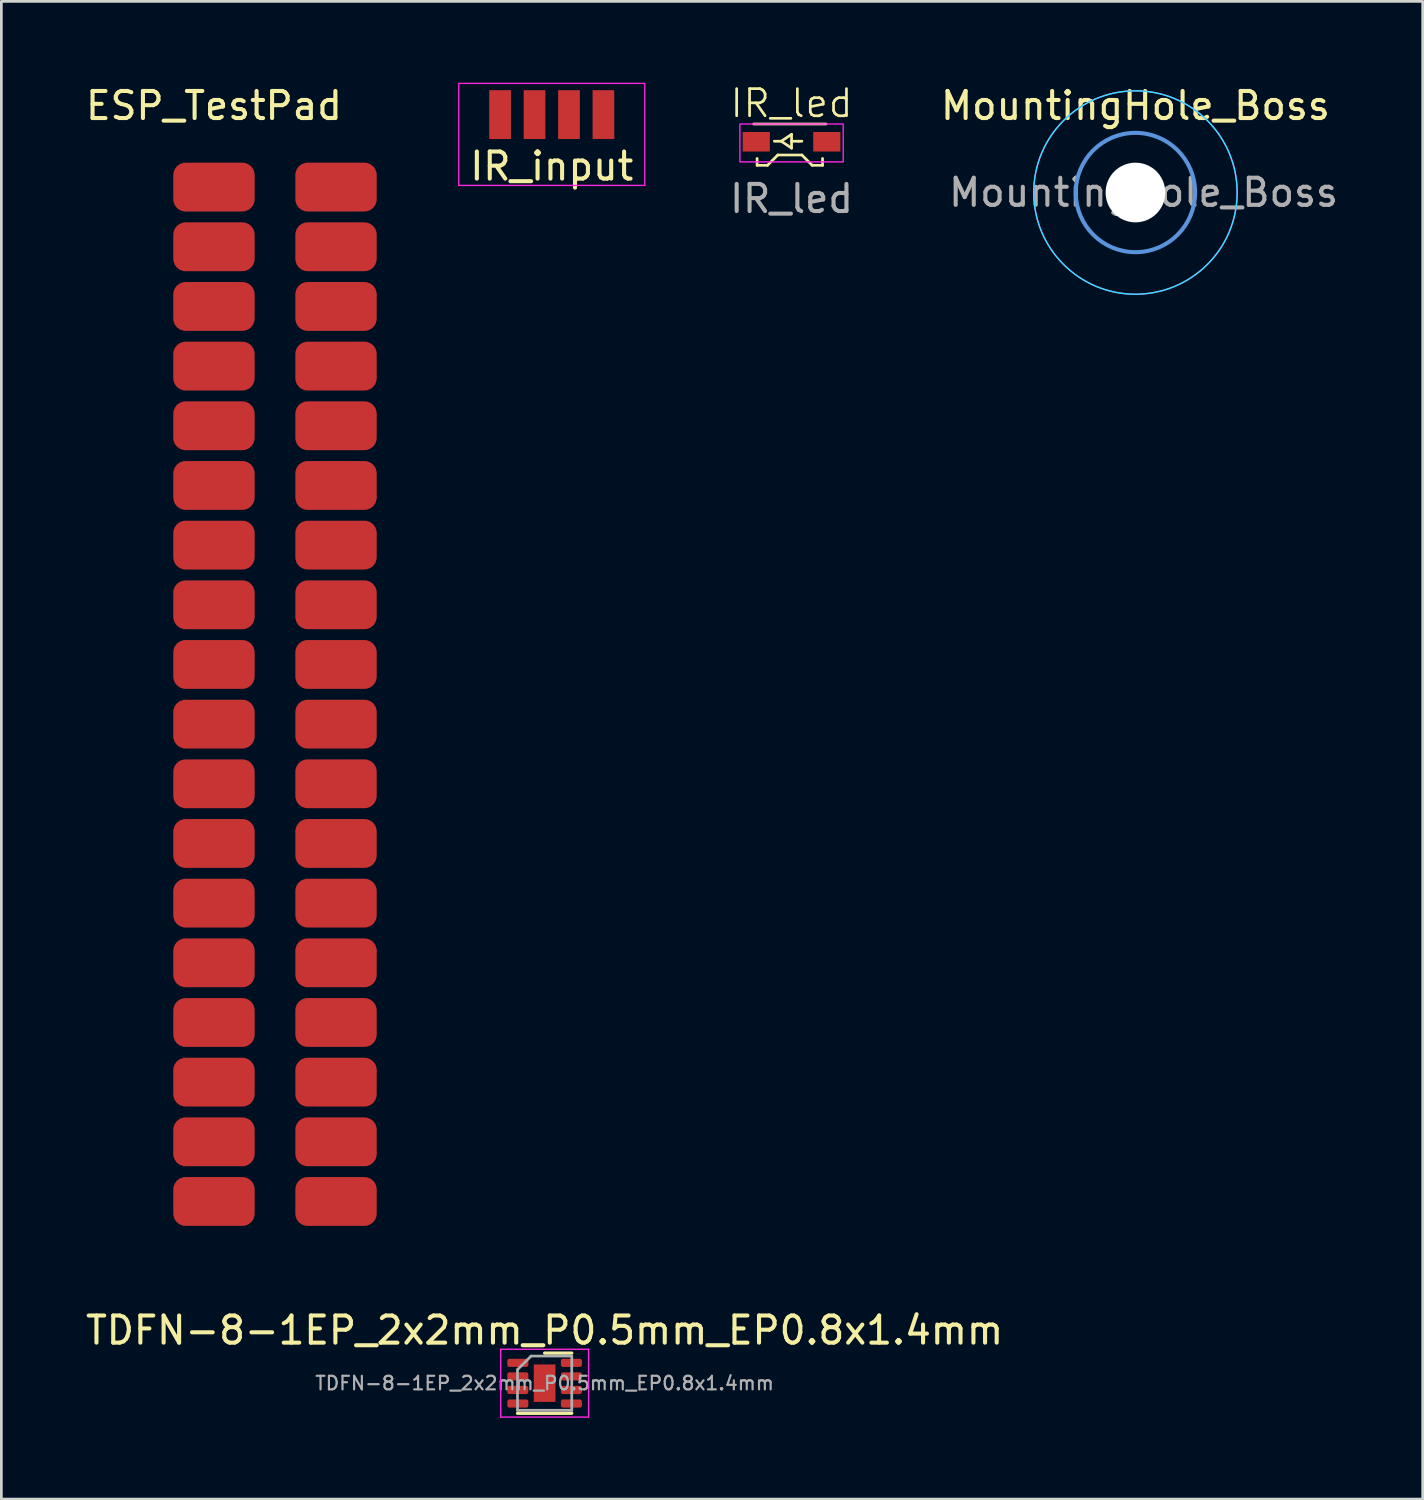
<source format=kicad_pcb>
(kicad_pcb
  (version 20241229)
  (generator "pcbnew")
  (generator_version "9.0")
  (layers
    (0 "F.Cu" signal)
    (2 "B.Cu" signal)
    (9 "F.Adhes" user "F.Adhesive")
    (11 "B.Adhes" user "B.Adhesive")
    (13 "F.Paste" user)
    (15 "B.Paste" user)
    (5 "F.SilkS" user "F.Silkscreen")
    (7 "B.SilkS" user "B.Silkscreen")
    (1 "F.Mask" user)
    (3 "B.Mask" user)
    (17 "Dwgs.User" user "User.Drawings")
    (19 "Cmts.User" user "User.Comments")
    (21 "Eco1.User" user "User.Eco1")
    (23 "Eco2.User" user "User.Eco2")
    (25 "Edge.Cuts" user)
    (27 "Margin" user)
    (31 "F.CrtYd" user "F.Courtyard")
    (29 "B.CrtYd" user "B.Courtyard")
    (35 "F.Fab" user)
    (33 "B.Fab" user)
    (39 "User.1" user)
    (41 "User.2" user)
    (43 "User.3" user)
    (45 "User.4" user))
  (footprint "MountingHole_Boss"
    (layer "F.Cu")
    (at 38.813 4.048)
    (property "Reference" "MountingHole_Boss" (at 0 -3.2 0) (layer "F.SilkS") (effects (font (size 1 1) (thickness 0.15))))
    (attr exclude_from_pos_files)
    (fp_circle (center 0 0) (end 2.2 0) (stroke (width 0.15) (type solid)) (fill no) (layer "Cmts.User"))
    (fp_circle (center 0 0) (end 3.75 0) (stroke (width 0.05) (type solid)) (fill no) (layer "B.CrtYd"))
    (fp_circle (center 0 0) (end 3.75 0) (stroke (width 0.05) (type solid)) (fill no) (layer "F.CrtYd"))
    (fp_text user "${REFERENCE}" (at 0.3 0 0) (layer "F.Fab") (effects (font (size 1 1) (thickness 0.15))))
    (pad "" np_thru_hole circle (at 0 0) (size 2.2 2.2) (drill 2.2) (layers "*.Cu" "*.Mask")))
  (footprint "ESP_TestPad"
    (layer "F.Cu")
    (at 4.839 3.848)
    (property "Reference" "ESP_TestPad" (at 0 -3 0) (unlocked yes) (layer "F.SilkS") (effects (font (size 1 1) (thickness 0.15))))
    (attr smd)
    (pad "1" smd roundrect (at 0 0) (size 3 1.8) (layers "F.Cu" "F.Mask" "F.Paste") (roundrect_rratio 0.25))
    (pad "1" smd roundrect (at 4.5 0) (size 3 1.8) (layers "F.Cu" "F.Mask" "F.Paste") (roundrect_rratio 0.25))
    (pad "2" smd roundrect (at 0 2.2) (size 3 1.8) (layers "F.Cu" "F.Mask" "F.Paste") (roundrect_rratio 0.25))
    (pad "2" smd roundrect (at 4.5 2.2) (size 3 1.8) (layers "F.Cu" "F.Mask" "F.Paste") (roundrect_rratio 0.25))
    (pad "3" smd roundrect (at 0 4.4) (size 3 1.8) (layers "F.Cu" "F.Mask" "F.Paste") (roundrect_rratio 0.25))
    (pad "3" smd roundrect (at 4.5 4.4) (size 3 1.8) (layers "F.Cu" "F.Mask" "F.Paste") (roundrect_rratio 0.25))
    (pad "4" smd roundrect (at 0 6.6) (size 3 1.8) (layers "F.Cu" "F.Mask" "F.Paste") (roundrect_rratio 0.25))
    (pad "4" smd roundrect (at 4.5 6.6) (size 3 1.8) (layers "F.Cu" "F.Mask" "F.Paste") (roundrect_rratio 0.25))
    (pad "5" smd roundrect (at 0 8.8) (size 3 1.8) (layers "F.Cu" "F.Mask" "F.Paste") (roundrect_rratio 0.25))
    (pad "5" smd roundrect (at 4.5 8.8) (size 3 1.8) (layers "F.Cu" "F.Mask" "F.Paste") (roundrect_rratio 0.25))
    (pad "6" smd roundrect (at 0 11) (size 3 1.8) (layers "F.Cu" "F.Mask" "F.Paste") (roundrect_rratio 0.25))
    (pad "6" smd roundrect (at 4.5 11) (size 3 1.8) (layers "F.Cu" "F.Mask" "F.Paste") (roundrect_rratio 0.25))
    (pad "7" smd roundrect (at 0 13.2) (size 3 1.8) (layers "F.Cu" "F.Mask" "F.Paste") (roundrect_rratio 0.25))
    (pad "7" smd roundrect (at 4.5 13.2) (size 3 1.8) (layers "F.Cu" "F.Mask" "F.Paste") (roundrect_rratio 0.25))
    (pad "8" smd roundrect (at 0 15.4) (size 3 1.8) (layers "F.Cu" "F.Mask" "F.Paste") (roundrect_rratio 0.25))
    (pad "8" smd roundrect (at 4.5 15.4) (size 3 1.8) (layers "F.Cu" "F.Mask" "F.Paste") (roundrect_rratio 0.25))
    (pad "9" smd roundrect (at 0 17.6) (size 3 1.8) (layers "F.Cu" "F.Mask" "F.Paste") (roundrect_rratio 0.25))
    (pad "9" smd roundrect (at 4.5 17.6) (size 3 1.8) (layers "F.Cu" "F.Mask" "F.Paste") (roundrect_rratio 0.25))
    (pad "10" smd roundrect (at 0 19.8) (size 3 1.8) (layers "F.Cu" "F.Mask" "F.Paste") (roundrect_rratio 0.25))
    (pad "10" smd roundrect (at 4.5 19.8) (size 3 1.8) (layers "F.Cu" "F.Mask" "F.Paste") (roundrect_rratio 0.25))
    (pad "11" smd roundrect (at 0 22) (size 3 1.8) (layers "F.Cu" "F.Mask" "F.Paste") (roundrect_rratio 0.25))
    (pad "11" smd roundrect (at 4.5 22) (size 3 1.8) (layers "F.Cu" "F.Mask" "F.Paste") (roundrect_rratio 0.25))
    (pad "12" smd roundrect (at 0 24.2) (size 3 1.8) (layers "F.Cu" "F.Mask" "F.Paste") (roundrect_rratio 0.25))
    (pad "12" smd roundrect (at 4.5 24.2) (size 3 1.8) (layers "F.Cu" "F.Mask" "F.Paste") (roundrect_rratio 0.25))
    (pad "13" smd roundrect (at 0 26.4) (size 3 1.8) (layers "F.Cu" "F.Mask" "F.Paste") (roundrect_rratio 0.25))
    (pad "13" smd roundrect (at 4.5 26.4) (size 3 1.8) (layers "F.Cu" "F.Mask" "F.Paste") (roundrect_rratio 0.25))
    (pad "14" smd roundrect (at 0 28.6) (size 3 1.8) (layers "F.Cu" "F.Mask" "F.Paste") (roundrect_rratio 0.25))
    (pad "14" smd roundrect (at 4.5 28.6) (size 3 1.8) (layers "F.Cu" "F.Mask" "F.Paste") (roundrect_rratio 0.25))
    (pad "15" smd roundrect (at 0 30.8) (size 3 1.8) (layers "F.Cu" "F.Mask" "F.Paste") (roundrect_rratio 0.25))
    (pad "15" smd roundrect (at 4.5 30.8) (size 3 1.8) (layers "F.Cu" "F.Mask" "F.Paste") (roundrect_rratio 0.25))
    (pad "16" smd roundrect (at 0 33) (size 3 1.8) (layers "F.Cu" "F.Mask" "F.Paste") (roundrect_rratio 0.25))
    (pad "16" smd roundrect (at 4.5 33) (size 3 1.8) (layers "F.Cu" "F.Mask" "F.Paste") (roundrect_rratio 0.25))
    (pad "17" smd roundrect (at 0 35.2) (size 3 1.8) (layers "F.Cu" "F.Mask" "F.Paste") (roundrect_rratio 0.25))
    (pad "17" smd roundrect (at 4.5 35.2) (size 3 1.8) (layers "F.Cu" "F.Mask" "F.Paste") (roundrect_rratio 0.25))
    (pad "18" smd roundrect (at 0 37.4) (size 3 1.8) (layers "F.Cu" "F.Mask" "F.Paste") (roundrect_rratio 0.25))
    (pad "18" smd roundrect (at 4.5 37.4) (size 3 1.8) (layers "F.Cu" "F.Mask" "F.Paste") (roundrect_rratio 0.25)))
  (footprint "TDFN-8-1EP_2x2mm_P0.5mm_EP0.8x1.4mm"
    (layer "F.Cu")
    (at 17.03 47.947)
    (property "Reference" "TDFN-8-1EP_2x2mm_P0.5mm_EP0.8x1.4mm" (at 0 -1.95 0) (layer "F.SilkS") (effects (font (size 1 1) (thickness 0.15))))
    (attr smd)
    (fp_line (start -1 1.11) (end 1 1.11) (stroke (width 0.12) (type solid)) (layer "F.SilkS"))
    (fp_line (start 0 -1.11) (end 1 -1.11) (stroke (width 0.12) (type solid)) (layer "F.SilkS"))
    (fp_line (start -1.62 -1.25) (end -1.62 1.25) (stroke (width 0.05) (type solid)) (layer "F.CrtYd"))
    (fp_line (start -1.62 1.25) (end 1.62 1.25) (stroke (width 0.05) (type solid)) (layer "F.CrtYd"))
    (fp_line (start 1.62 -1.25) (end -1.62 -1.25) (stroke (width 0.05) (type solid)) (layer "F.CrtYd"))
    (fp_line (start 1.62 1.25) (end 1.62 -1.25) (stroke (width 0.05) (type solid)) (layer "F.CrtYd"))
    (fp_line (start -1 -0.5) (end -0.5 -1) (stroke (width 0.1) (type solid)) (layer "F.Fab"))
    (fp_line (start -1 1) (end -1 -0.5) (stroke (width 0.1) (type solid)) (layer "F.Fab"))
    (fp_line (start -0.5 -1) (end 1 -1) (stroke (width 0.1) (type solid)) (layer "F.Fab"))
    (fp_line (start 1 -1) (end 1 1) (stroke (width 0.1) (type solid)) (layer "F.Fab"))
    (fp_line (start 1 1) (end -1 1) (stroke (width 0.1) (type solid)) (layer "F.Fab"))
    (fp_text user "${REFERENCE}" (at 0 0 0) (layer "F.Fab") (effects (font (size 0.5 0.5) (thickness 0.08))))
    (pad "" smd roundrect (at -0.2 -0.3) (size 0.32 0.48) (layers "F.Paste") (roundrect_rratio 0.25))
    (pad "" smd roundrect (at -0.2 0.3) (size 0.32 0.48) (layers "F.Paste") (roundrect_rratio 0.25))
    (pad "" smd roundrect (at 0.2 -0.3) (size 0.32 0.48) (layers "F.Paste") (roundrect_rratio 0.25))
    (pad "" smd roundrect (at 0.2 0.3) (size 0.32 0.48) (layers "F.Paste") (roundrect_rratio 0.25))
    (pad "1" smd roundrect (at -0.988 -0.75) (size 0.775 0.3) (layers "F.Cu" "F.Mask" "F.Paste") (roundrect_rratio 0.25))
    (pad "2" smd roundrect (at -0.988 -0.25) (size 0.775 0.3) (layers "F.Cu" "F.Mask" "F.Paste") (roundrect_rratio 0.25))
    (pad "3" smd roundrect (at -0.988 0.25) (size 0.775 0.3) (layers "F.Cu" "F.Mask" "F.Paste") (roundrect_rratio 0.25))
    (pad "4" smd roundrect (at -0.988 0.75) (size 0.775 0.3) (layers "F.Cu" "F.Mask" "F.Paste") (roundrect_rratio 0.25))
    (pad "5" smd roundrect (at 0.988 0.75) (size 0.775 0.3) (layers "F.Cu" "F.Mask" "F.Paste") (roundrect_rratio 0.25))
    (pad "6" smd roundrect (at 0.988 0.25) (size 0.775 0.3) (layers "F.Cu" "F.Mask" "F.Paste") (roundrect_rratio 0.25))
    (pad "7" smd roundrect (at 0.988 -0.25) (size 0.775 0.3) (layers "F.Cu" "F.Mask" "F.Paste") (roundrect_rratio 0.25))
    (pad "8" smd roundrect (at 0.988 -0.75) (size 0.775 0.3) (layers "F.Cu" "F.Mask" "F.Paste") (roundrect_rratio 0.25))
    (pad "9" smd rect (at 0 0) (size 0.8 1.38) (layers "F.Cu" "F.Mask")))
  (footprint "IR_input"
    (layer "F.Cu")
    (at 17.293 0.286)
    (property "Reference" "IR_input" (at 0 2.794 0) (layer "F.SilkS") (effects (font (size 1 1) (thickness 0.15))))
    (attr smd)
    (fp_line (start -3.429 3.5) (end -3.429 -0.261) (stroke (width 0.05) (type default)) (layer "F.CrtYd"))
    (fp_line (start -3.4 -0.261) (end 3.4 -0.261) (stroke (width 0.05) (type default)) (layer "F.CrtYd"))
    (fp_line (start 3.429 -0.261) (end 3.429 3.5) (stroke (width 0.05) (type default)) (layer "F.CrtYd"))
    (fp_line (start 3.429 3.5) (end -3.429 3.5) (stroke (width 0.05) (type default)) (layer "F.CrtYd"))
    (pad "1" smd rect (at -1.905 0.889) (size 0.8 1.8) (layers "F.Cu" "F.Mask" "F.Paste"))
    (pad "1" smd rect (at 1.905 0.889) (size 0.8 1.8) (layers "F.Cu" "F.Mask" "F.Paste"))
    (pad "2" smd rect (at -0.635 0.889) (size 0.8 1.8) (layers "F.Cu" "F.Mask" "F.Paste"))
    (pad "3" smd rect (at 0.635 0.889) (size 0.8 1.8) (layers "F.Cu" "F.Mask" "F.Paste")))
  (footprint "IR_led"
    (layer "F.Cu")
    (at 26.134 1.776)
    (property "Reference" "IR_led" (at 0 -1.016 0) (unlocked yes) (layer "F.SilkS") (effects (font (size 1 1) (thickness 0.1))))
    (attr smd)
    (fp_line (start -1.397 -0.254) (end 1.27 -0.254) (stroke (width 0.1) (type default)) (layer "F.SilkS"))
    (fp_line (start -1.27 1.016) (end -1.27 1.27) (stroke (width 0.1) (type default)) (layer "F.SilkS"))
    (fp_line (start -1.27 1.27) (end -0.889 1.27) (stroke (width 0.1) (type default)) (layer "F.SilkS"))
    (fp_line (start -0.889 1.27) (end -0.508 0.889) (stroke (width 0.1) (type default)) (layer "F.SilkS"))
    (fp_line (start -0.508 0.889) (end 0.381 0.889) (stroke (width 0.1) (type default)) (layer "F.SilkS"))
    (fp_line (start -0.381 0.381) (end -0.635 0.381) (stroke (width 0.1) (type default)) (layer "F.SilkS"))
    (fp_line (start -0.381 0.381) (end 0 0.127) (stroke (width 0.1) (type default)) (layer "F.SilkS"))
    (fp_line (start 0 0.127) (end 0 0.635) (stroke (width 0.1) (type default)) (layer "F.SilkS"))
    (fp_line (start 0 0.381) (end 0.254 0.381) (stroke (width 0.1) (type default)) (layer "F.SilkS"))
    (fp_line (start 0 0.635) (end -0.381 0.381) (stroke (width 0.1) (type default)) (layer "F.SilkS"))
    (fp_line (start 0.254 0.381) (end 0.381 0.381) (stroke (width 0.1) (type default)) (layer "F.SilkS"))
    (fp_line (start 0.381 0.889) (end 0.762 1.27) (stroke (width 0.1) (type default)) (layer "F.SilkS"))
    (fp_line (start 0.762 1.27) (end 1.143 1.27) (stroke (width 0.1) (type default)) (layer "F.SilkS"))
    (fp_line (start 1.143 1.27) (end 1.143 1.016) (stroke (width 0.1) (type default)) (layer "F.SilkS"))
    (fp_rect (start -1.905 -0.254) (end 1.905 1.143) (stroke (width 0.05) (type default)) (fill no) (layer "F.CrtYd"))
    (fp_text user "${REFERENCE}" (at 0 2.5 0) (unlocked yes) (layer "F.Fab") (effects (font (size 1 1) (thickness 0.15))))
    (pad "1" smd rect (at -1.3 0.4) (size 1 0.72) (layers "F.Cu" "F.Mask" "F.Paste"))
    (pad "2" smd rect (at 1.3 0.4) (size 1 0.72) (layers "F.Cu" "F.Mask" "F.Paste")))
  (gr_rect
    (start -3 -3)
    (end 49.404 52.221)
    (stroke (width 0.1) (type default))
    (fill no)
    (layer "Edge.Cuts")))
</source>
